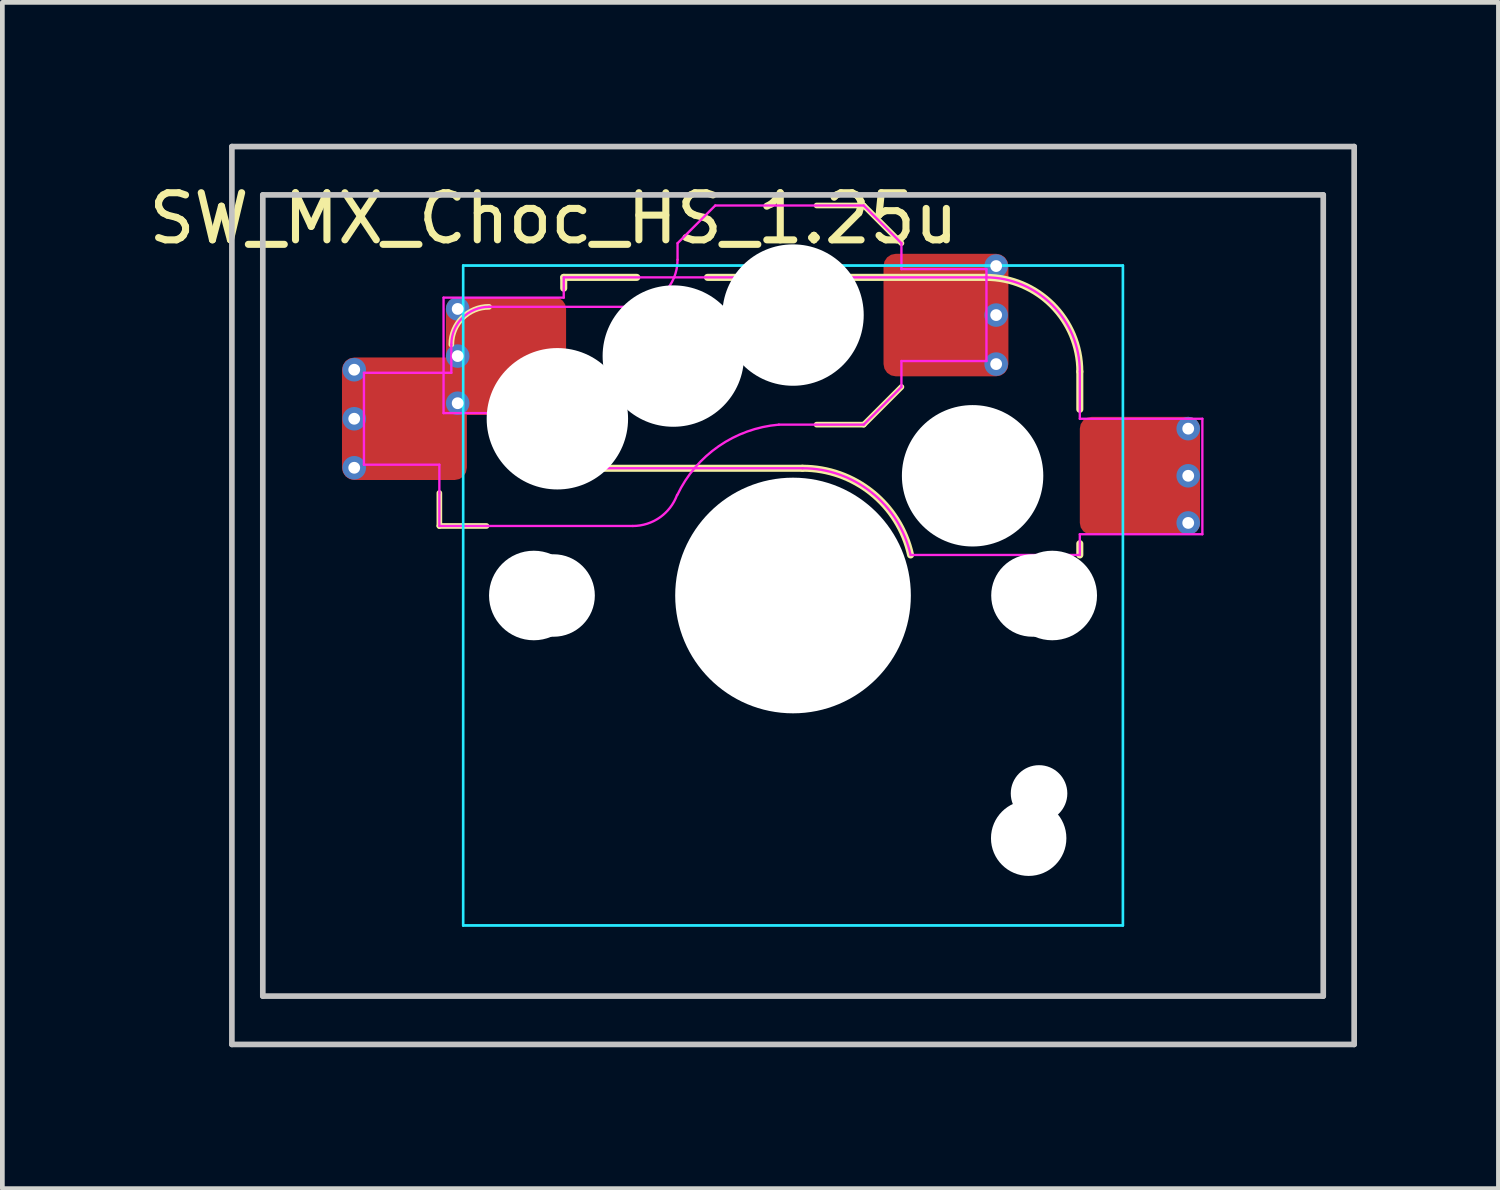
<source format=kicad_pcb>
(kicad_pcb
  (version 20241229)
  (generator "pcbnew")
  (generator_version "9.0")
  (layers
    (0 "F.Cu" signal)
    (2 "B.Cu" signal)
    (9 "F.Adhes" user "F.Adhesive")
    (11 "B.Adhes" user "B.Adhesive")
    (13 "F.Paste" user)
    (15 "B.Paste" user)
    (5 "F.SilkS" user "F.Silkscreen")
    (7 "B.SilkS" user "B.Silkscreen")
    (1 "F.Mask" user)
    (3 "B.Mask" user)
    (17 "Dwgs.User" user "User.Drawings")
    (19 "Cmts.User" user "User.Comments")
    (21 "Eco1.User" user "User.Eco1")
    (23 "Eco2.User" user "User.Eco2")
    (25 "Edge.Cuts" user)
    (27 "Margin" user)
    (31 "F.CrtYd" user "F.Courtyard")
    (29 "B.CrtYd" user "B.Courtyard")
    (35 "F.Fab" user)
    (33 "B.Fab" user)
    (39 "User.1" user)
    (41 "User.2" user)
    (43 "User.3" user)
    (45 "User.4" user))
  (footprint "SW_MX_Choc_HS_1.25u"
    (layer "F.Cu")
    (at 13.776 9.585)
    (property "Reference" "SW_MX_Choc_HS_1.25u" (at -5.08 -8.001 0) (layer "F.SilkS") (effects (font (size 1 1) (thickness 0.15))))
    (attr smd)
    (fp_line (start -7.504 -1.475) (end -7.504 -2.175) (stroke (width 0.12) (type solid)) (layer "F.SilkS"))
    (fp_line (start -7.504 -1.475) (end -6.504 -1.475) (stroke (width 0.12) (type solid)) (layer "F.SilkS"))
    (fp_line (start -4.865 -6.75) (end -4.865 -6.52) (stroke (width 0.15) (type solid)) (layer "F.SilkS"))
    (fp_line (start -4.865 -3.67) (end -4.865 -3.2) (stroke (width 0.15) (type solid)) (layer "F.SilkS"))
    (fp_line (start -4.365 -2.7) (end 0.2 -2.7) (stroke (width 0.15) (type solid)) (layer "F.SilkS"))
    (fp_line (start -3.315 -6.75) (end -4.865 -6.75) (stroke (width 0.15) (type solid)) (layer "F.SilkS"))
    (fp_line (start 1.5 -8.275) (end 0.5 -8.275) (stroke (width 0.12) (type solid)) (layer "F.SilkS"))
    (fp_line (start 1.5 -3.625) (end 0.5 -3.625) (stroke (width 0.12) (type solid)) (layer "F.SilkS"))
    (fp_line (start 1.5 -3.625) (end 2.3 -4.425) (stroke (width 0.12) (type solid)) (layer "F.SilkS"))
    (fp_line (start 2.3 -7.475) (end 1.5 -8.275) (stroke (width 0.12) (type solid)) (layer "F.SilkS"))
    (fp_line (start 4.085 -6.75) (end -1.815 -6.75) (stroke (width 0.15) (type solid)) (layer "F.SilkS"))
    (fp_line (start 6.085 -3.95) (end 6.085 -4.75) (stroke (width 0.15) (type solid)) (layer "F.SilkS"))
    (fp_line (start 6.085 -1.1) (end 6.085 -0.86) (stroke (width 0.15) (type solid)) (layer "F.SilkS"))
    (fp_arc (start -7.25 -5.325) (mid -7.015685 -5.890685) (end -6.45 -6.125) (stroke (width 0.12) (type solid)) (layer "F.SilkS"))
    (fp_arc (start -4.364824 -2.70022) (mid -4.718377 -2.846667) (end -4.864824 -3.20022) (stroke (width 0.15) (type solid)) (layer "F.SilkS"))
    (fp_arc (start 0.2 -2.70022) (mid 1.670693 -2.183637) (end 2.494322 -0.86022) (stroke (width 0.15) (type solid)) (layer "F.SilkS"))
    (fp_arc (start 4.085176 -6.75022) (mid 5.49939 -6.164434) (end 6.085176 -4.75022) (stroke (width 0.15) (type solid)) (layer "F.SilkS"))
    (fp_line (start -11.906 -9.525) (end 11.906 -9.525) (stroke (width 0.12) (type solid)) (layer "Dwgs.User"))
    (fp_line (start -11.906 9.525) (end -11.906 -9.525) (stroke (width 0.12) (type solid)) (layer "Dwgs.User"))
    (fp_line (start -11.25 -8.5) (end -11.25 8.5) (stroke (width 0.12) (type solid)) (layer "Dwgs.User"))
    (fp_line (start -11.25 8.5) (end 11.25 8.5) (stroke (width 0.12) (type solid)) (layer "Dwgs.User"))
    (fp_line (start 11.25 -8.5) (end -11.25 -8.5) (stroke (width 0.12) (type solid)) (layer "Dwgs.User"))
    (fp_line (start 11.25 8.5) (end 11.25 -8.5) (stroke (width 0.12) (type solid)) (layer "Dwgs.User"))
    (fp_line (start 11.906 -9.525) (end 11.906 9.525) (stroke (width 0.12) (type solid)) (layer "Dwgs.User"))
    (fp_line (start 11.906 9.525) (end -11.906 9.525) (stroke (width 0.12) (type solid)) (layer "Dwgs.User"))
    (fp_line (start -7 -6.5) (end -7 6.5) (stroke (width 0.05) (type solid)) (layer "Eco2.User"))
    (fp_line (start -6.95 -6.45) (end -6.95 6.45) (stroke (width 0.05) (type solid)) (layer "Eco2.User"))
    (fp_line (start -6.5 7) (end 6.5 7) (stroke (width 0.05) (type solid)) (layer "Eco2.User"))
    (fp_line (start -6.45 6.95) (end 6.45 6.95) (stroke (width 0.05) (type solid)) (layer "Eco2.User"))
    (fp_line (start 6.45 -6.95) (end -6.45 -6.95) (stroke (width 0.05) (type solid)) (layer "Eco2.User"))
    (fp_line (start 6.5 -7) (end -6.5 -7) (stroke (width 0.05) (type solid)) (layer "Eco2.User"))
    (fp_line (start 6.95 6.45) (end 6.95 -6.45) (stroke (width 0.05) (type solid)) (layer "Eco2.User"))
    (fp_line (start 7 6.5) (end 7 -6.5) (stroke (width 0.05) (type solid)) (layer "Eco2.User"))
    (fp_arc (start -7 -6.5) (mid -6.853553 -6.853553) (end -6.5 -7) (stroke (width 0.05) (type solid)) (layer "Eco2.User"))
    (fp_arc (start -6.95 -6.45) (mid -6.803553 -6.803553) (end -6.45 -6.95) (stroke (width 0.05) (type solid)) (layer "Eco2.User"))
    (fp_arc (start -6.497236 6.998884) (mid -6.850789 6.852437) (end -6.997236 6.498884) (stroke (width 0.05) (type solid)) (layer "Eco2.User"))
    (fp_arc (start -6.45 6.95) (mid -6.803553 6.803553) (end -6.95 6.45) (stroke (width 0.05) (type solid)) (layer "Eco2.User"))
    (fp_arc (start 6.45 -6.95) (mid 6.803553 -6.803553) (end 6.95 -6.45) (stroke (width 0.05) (type solid)) (layer "Eco2.User"))
    (fp_arc (start 6.5 -7) (mid 6.853553 -6.853553) (end 7 -6.5) (stroke (width 0.05) (type solid)) (layer "Eco2.User"))
    (fp_arc (start 6.95 6.45) (mid 6.803553 6.803553) (end 6.45 6.95) (stroke (width 0.05) (type solid)) (layer "Eco2.User"))
    (fp_arc (start 7 6.5) (mid 6.853553 6.853553) (end 6.5 7) (stroke (width 0.05) (type solid)) (layer "Eco2.User"))
    (fp_line (start -7 -7) (end -7 7) (stroke (width 0.05) (type solid)) (layer "B.CrtYd"))
    (fp_line (start -7 -7) (end 7 -7) (stroke (width 0.05) (type solid)) (layer "B.CrtYd"))
    (fp_line (start -7 7) (end -7 -7) (stroke (width 0.05) (type solid)) (layer "B.CrtYd"))
    (fp_line (start -7 7) (end 7 7) (stroke (width 0.05) (type solid)) (layer "B.CrtYd"))
    (fp_line (start 7 -7) (end -7 -7) (stroke (width 0.05) (type solid)) (layer "B.CrtYd"))
    (fp_line (start 7 -7) (end 7 7) (stroke (width 0.05) (type solid)) (layer "B.CrtYd"))
    (fp_line (start 7 7) (end -7 7) (stroke (width 0.05) (type solid)) (layer "B.CrtYd"))
    (fp_line (start 7 7) (end 7 -7) (stroke (width 0.05) (type solid)) (layer "B.CrtYd"))
    (fp_line (start -9.104 -4.725) (end -9.104 -2.775) (stroke (width 0.05) (type solid)) (layer "F.CrtYd"))
    (fp_line (start -9.104 -2.775) (end -7.504 -2.775) (stroke (width 0.05) (type solid)) (layer "F.CrtYd"))
    (fp_line (start -7.504 -2.175) (end -7.504 -2.775) (stroke (width 0.05) (type solid)) (layer "F.CrtYd"))
    (fp_line (start -7.504 -1.475) (end -7.504 -2.175) (stroke (width 0.05) (type solid)) (layer "F.CrtYd"))
    (fp_line (start -7.504 -1.475) (end -3.4 -1.475) (stroke (width 0.05) (type solid)) (layer "F.CrtYd"))
    (fp_line (start -7.415 -6.32) (end -4.865 -6.32) (stroke (width 0.05) (type solid)) (layer "F.CrtYd"))
    (fp_line (start -7.415 -3.87) (end -7.415 -6.32) (stroke (width 0.05) (type solid)) (layer "F.CrtYd"))
    (fp_line (start -7.25 -5.325) (end -7.25 -4.725) (stroke (width 0.05) (type solid)) (layer "F.CrtYd"))
    (fp_line (start -7.25 -4.725) (end -9.104 -4.725) (stroke (width 0.05) (type solid)) (layer "F.CrtYd"))
    (fp_line (start -4.865 -6.75) (end -4.865 -6.32) (stroke (width 0.05) (type solid)) (layer "F.CrtYd"))
    (fp_line (start -4.865 -3.87) (end -7.415 -3.87) (stroke (width 0.05) (type solid)) (layer "F.CrtYd"))
    (fp_line (start -4.865 -3.87) (end -4.865 -2.7) (stroke (width 0.05) (type solid)) (layer "F.CrtYd"))
    (fp_line (start -4.865 -2.7) (end 0.2 -2.7) (stroke (width 0.05) (type solid)) (layer "F.CrtYd"))
    (fp_line (start -3.45 -6.125) (end -6.45 -6.125) (stroke (width 0.05) (type solid)) (layer "F.CrtYd"))
    (fp_line (start -2.45 -7.475) (end -2.45 -7.125) (stroke (width 0.05) (type solid)) (layer "F.CrtYd"))
    (fp_line (start -2.45 -7.475) (end -1.65 -8.275) (stroke (width 0.05) (type solid)) (layer "F.CrtYd"))
    (fp_line (start 1.5 -8.275) (end -1.65 -8.275) (stroke (width 0.05) (type solid)) (layer "F.CrtYd"))
    (fp_line (start 1.5 -3.625) (end -0.3 -3.625) (stroke (width 0.05) (type solid)) (layer "F.CrtYd"))
    (fp_line (start 1.5 -3.625) (end 2.3 -4.425) (stroke (width 0.05) (type solid)) (layer "F.CrtYd"))
    (fp_line (start 2.3 -7.475) (end 1.5 -8.275) (stroke (width 0.05) (type solid)) (layer "F.CrtYd"))
    (fp_line (start 2.3 -7.475) (end 2.3 -6.925) (stroke (width 0.05) (type solid)) (layer "F.CrtYd"))
    (fp_line (start 2.3 -4.975) (end 2.3 -4.425) (stroke (width 0.05) (type solid)) (layer "F.CrtYd"))
    (fp_line (start 4.085 -6.75) (end -4.865 -6.75) (stroke (width 0.05) (type solid)) (layer "F.CrtYd"))
    (fp_line (start 4.104 -6.925) (end 2.3 -6.925) (stroke (width 0.05) (type solid)) (layer "F.CrtYd"))
    (fp_line (start 4.104 -4.975) (end 2.3 -4.975) (stroke (width 0.05) (type solid)) (layer "F.CrtYd"))
    (fp_line (start 4.104 -4.975) (end 4.104 -6.925) (stroke (width 0.05) (type solid)) (layer "F.CrtYd"))
    (fp_line (start 6.085 -3.75) (end 6.085 -4.75) (stroke (width 0.05) (type solid)) (layer "F.CrtYd"))
    (fp_line (start 6.085 -3.75) (end 8.685 -3.75) (stroke (width 0.05) (type solid)) (layer "F.CrtYd"))
    (fp_line (start 6.085 -1.3) (end 6.085 -0.86) (stroke (width 0.05) (type solid)) (layer "F.CrtYd"))
    (fp_line (start 6.085 -0.86) (end 2.494 -0.86) (stroke (width 0.05) (type solid)) (layer "F.CrtYd"))
    (fp_line (start 8.685 -3.75) (end 8.685 -1.3) (stroke (width 0.05) (type solid)) (layer "F.CrtYd"))
    (fp_line (start 8.685 -1.3) (end 6.085 -1.3) (stroke (width 0.05) (type solid)) (layer "F.CrtYd"))
    (fp_arc (start -7.25 -5.325) (mid -7.015685 -5.890685) (end -6.45 -6.125) (stroke (width 0.05) (type solid)) (layer "F.CrtYd"))
    (fp_arc (start -2.460307 -2.13298) (mid -2.826423 -1.655848) (end -3.4 -1.475) (stroke (width 0.05) (type solid)) (layer "F.CrtYd"))
    (fp_arc (start -2.455444 -2.13293) (mid -1.577272 -3.167235) (end -0.299999 -3.624999) (stroke (width 0.05) (type solid)) (layer "F.CrtYd"))
    (fp_arc (start -2.45 -7.125) (mid -2.742893 -6.417893) (end -3.45 -6.125) (stroke (width 0.05) (type solid)) (layer "F.CrtYd"))
    (fp_arc (start 0.2 -2.70022) (mid 1.670503 -2.183399) (end 2.494322 -0.86022) (stroke (width 0.05) (type solid)) (layer "F.CrtYd"))
    (fp_arc (start 4.085176 -6.75022) (mid 5.49939 -6.164434) (end 6.085176 -4.75022) (stroke (width 0.05) (type solid)) (layer "F.CrtYd"))
    (pad "" np_thru_hole circle (at -5.5 0) (size 1.9 1.9) (drill 1.9) (layers "*.Cu" "*.Mask"))
    (pad "" np_thru_hole circle (at -5.08 0) (size 1.75 1.75) (drill 1.75) (layers "*.Cu" "*.Mask"))
    (pad "" np_thru_hole circle (at -5 -3.75 180) (size 3 3) (drill 3) (layers "*.Cu" "*.Mask"))
    (pad "" np_thru_hole circle (at -2.54 -5.08) (size 3 3) (drill 3) (layers "*.Cu" "*.Mask"))
    (pad "" np_thru_hole circle (at 0 -5.95 180) (size 3 3) (drill 3) (layers "*.Cu" "*.Mask"))
    (pad "" np_thru_hole circle (at 0 0) (size 5 5) (drill 5) (layers "*.Cu" "*.Mask"))
    (pad "" np_thru_hole circle (at 3.81 -2.54) (size 3 3) (drill 3) (layers "*.Cu" "*.Mask"))
    (pad "" np_thru_hole circle (at 5 5.15) (size 1.6 1.6) (drill 1.6) (layers "*.Cu" "*.Mask"))
    (pad "" np_thru_hole circle (at 5.08 0) (size 1.75 1.75) (drill 1.75) (layers "*.Cu" "*.Mask"))
    (pad "" np_thru_hole circle (at 5.22 4.2) (size 1.2 1.2) (drill 1.2) (layers "*.Cu" "*.Mask"))
    (pad "" np_thru_hole circle (at 5.5 0) (size 1.9 1.9) (drill 1.9) (layers "*.Cu" "*.Mask"))
    (pad "1" thru_hole circle (at -9.31 -4.79) (size 0.5 0.5) (drill 0.25) (layers "*.Cu"))
    (pad "1" thru_hole circle (at -9.31 -3.75) (size 0.5 0.5) (drill 0.25) (layers "*.Cu"))
    (pad "1" thru_hole circle (at -9.31 -2.71) (size 0.5 0.5) (drill 0.25) (layers "*.Cu"))
    (pad "1" smd roundrect (at -8.245 -3.75 180) (size 2.65 2.6) (layers "F.Cu" "F.Mask" "F.Paste") (roundrect_rratio 0.1))
    (pad "1" thru_hole circle (at -7.115 -6.08) (size 0.5 0.5) (drill 0.25) (layers "*.Cu"))
    (pad "1" thru_hole circle (at -7.115 -5.08) (size 0.5 0.5) (drill 0.25) (layers "*.Cu"))
    (pad "1" thru_hole circle (at -7.115 -4.08) (size 0.5 0.5) (drill 0.25) (layers "*.Cu"))
    (pad "1" smd roundrect (at -6.09 -5.08) (size 2.55 2.5) (layers "F.Cu" "F.Mask" "F.Paste") (roundrect_rratio 0.1))
    (pad "2" smd roundrect (at 3.245 -5.95 180) (size 2.65 2.6) (layers "F.Cu" "F.Mask" "F.Paste") (roundrect_rratio 0.1))
    (pad "2" thru_hole circle (at 4.31 -6.99) (size 0.5 0.5) (drill 0.25) (layers "*.Cu"))
    (pad "2" thru_hole circle (at 4.31 -5.95) (size 0.5 0.5) (drill 0.25) (layers "*.Cu"))
    (pad "2" thru_hole circle (at 4.31 -4.91) (size 0.5 0.5) (drill 0.25) (layers "*.Cu"))
    (pad "2" smd roundrect (at 7.36 -2.54) (size 2.55 2.5) (layers "F.Cu" "F.Mask" "F.Paste") (roundrect_rratio 0.1))
    (pad "2" thru_hole circle (at 8.385 -3.54) (size 0.5 0.5) (drill 0.25) (layers "*.Cu"))
    (pad "2" thru_hole circle (at 8.385 -2.54) (size 0.5 0.5) (drill 0.25) (layers "*.Cu"))
    (pad "2" thru_hole circle (at 8.385 -1.54) (size 0.5 0.5) (drill 0.25) (layers "*.Cu")))
  (gr_rect
    (start -3 -3)
    (end 28.743 22.17)
    (stroke (width 0.1) (type default))
    (fill no)
    (layer "Edge.Cuts")))
</source>
